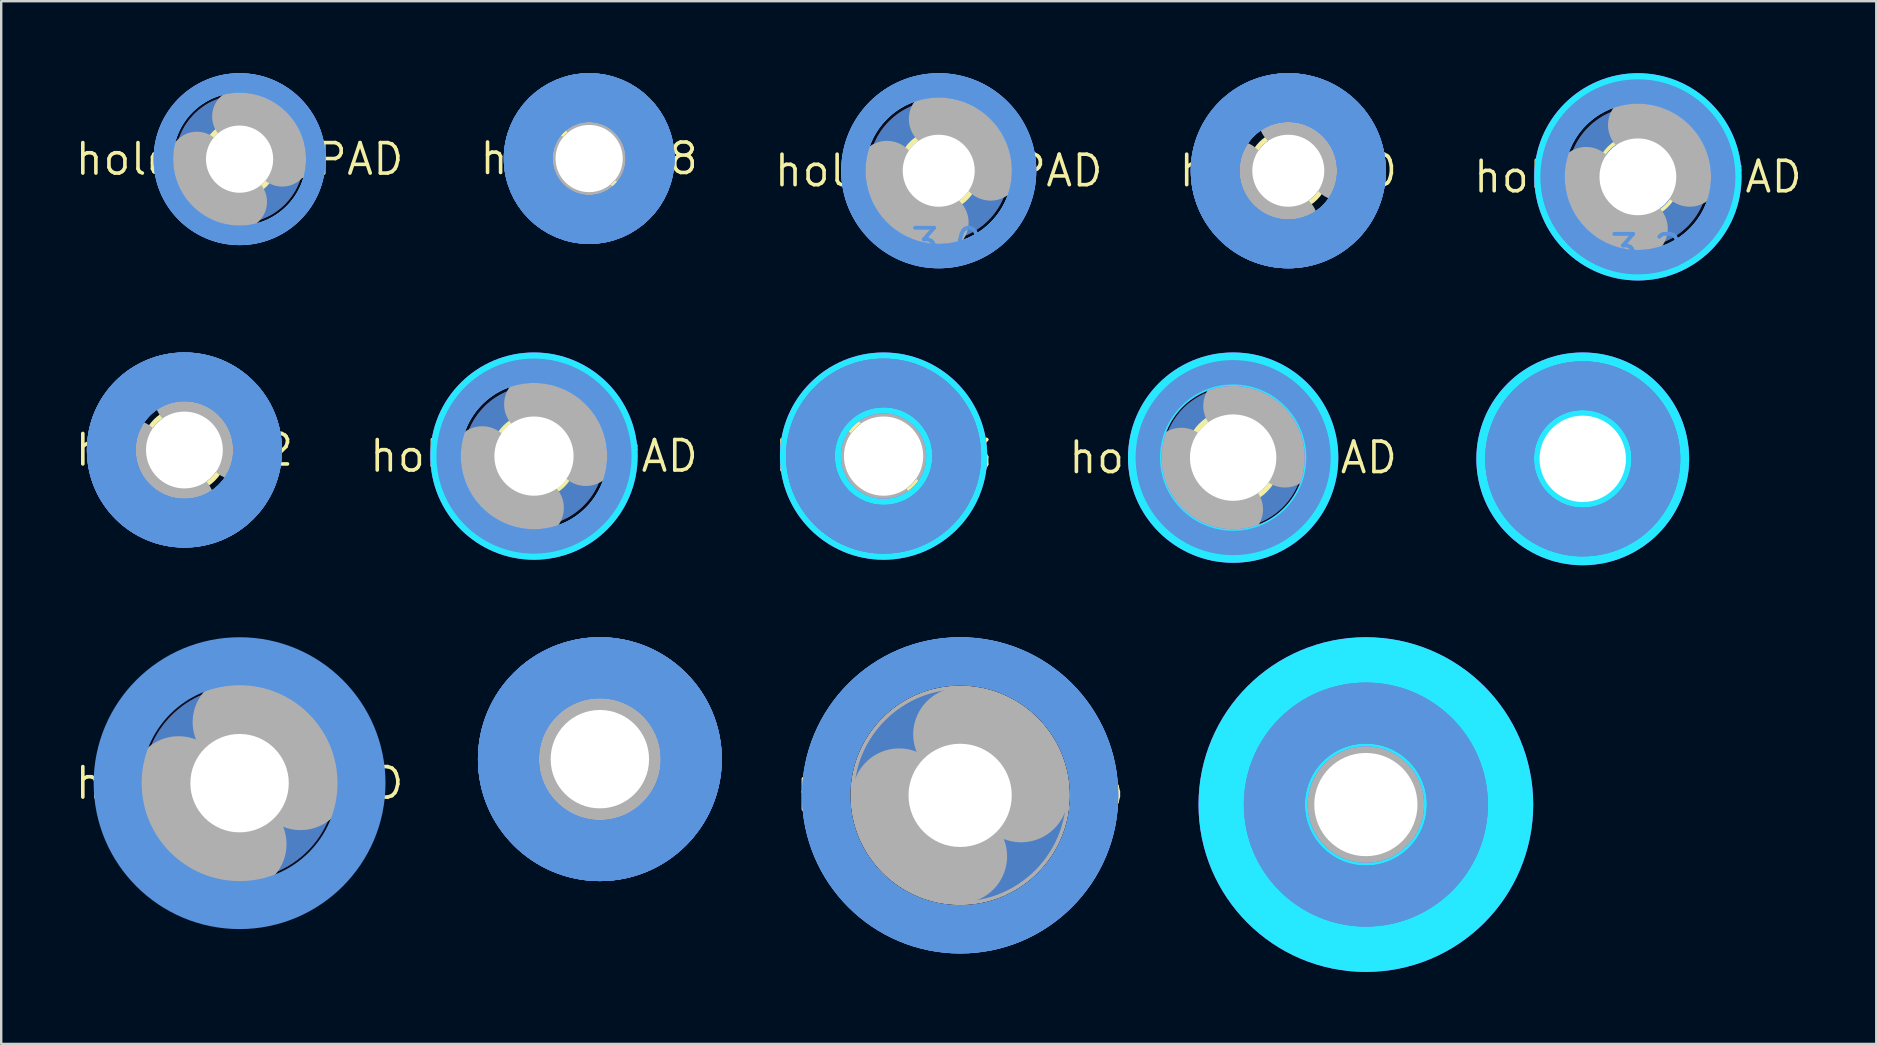
<source format=kicad_pcb>
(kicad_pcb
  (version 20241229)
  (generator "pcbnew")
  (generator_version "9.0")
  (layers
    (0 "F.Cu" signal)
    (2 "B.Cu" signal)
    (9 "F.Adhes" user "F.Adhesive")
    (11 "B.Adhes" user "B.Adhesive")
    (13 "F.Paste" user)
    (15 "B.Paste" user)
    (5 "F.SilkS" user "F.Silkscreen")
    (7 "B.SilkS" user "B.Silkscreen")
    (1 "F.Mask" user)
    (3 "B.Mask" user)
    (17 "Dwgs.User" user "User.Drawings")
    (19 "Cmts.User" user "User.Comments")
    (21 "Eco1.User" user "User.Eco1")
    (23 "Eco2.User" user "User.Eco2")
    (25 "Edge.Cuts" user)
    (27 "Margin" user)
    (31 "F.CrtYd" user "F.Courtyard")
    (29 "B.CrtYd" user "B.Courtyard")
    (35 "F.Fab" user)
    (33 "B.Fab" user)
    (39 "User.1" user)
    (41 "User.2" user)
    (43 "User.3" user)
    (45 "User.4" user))
  (footprint "holes.3_2"
    (layer "F.Cu")
    (at 4.634 15.7)
    (property "Reference" "holes.3_2" (at 0 0 0) (layer "F.SilkS") (effects (font (size 1.27 1.27) (thickness 0.15))))
    (fp_circle (center 0 0) (end 1.7 0) (stroke (width 0.203) (type default)) (fill no) (layer "F.SilkS"))
    (fp_circle (center 0 0) (end 3.429 0) (stroke (width 0.152) (type default)) (fill no) (layer "F.SilkS"))
    (fp_circle (center 0 0) (end 3.048 0) (stroke (width 2.032) (type default)) (fill no) (layer "Cmts.User"))
    (fp_circle (center 0 0) (end 3.048 0) (stroke (width 2.032) (type default)) (fill no) (layer "Cmts.User"))
    (fp_circle (center 0 0) (end 3.048 0) (stroke (width 2.032) (type default)) (fill no) (layer "Cmts.User"))
    (fp_circle (center 0 0) (end 3.048 0) (stroke (width 2.032) (type default)) (fill no) (layer "B.CrtYd"))
    (fp_circle (center 0 0) (end 3.048 0) (stroke (width 2.032) (type default)) (fill no) (layer "F.CrtYd"))
    (fp_arc (start 0 -2.159) (mid 1.526644 -1.526644) (end 2.159 0) (stroke (width 2.4892) (type default)) (layer "F.Fab"))
    (fp_arc (start 0 2.159) (mid -1.526644 1.526644) (end -2.159 0) (stroke (width 2.4892) (type default)) (layer "F.Fab"))
    (fp_circle (center 0 0) (end 0.762 0) (stroke (width 0.457) (type default)) (fill no) (layer "F.Fab"))
    (pad "" np_thru_hole circle (at 0 0) (size 3.2 3.2) (drill 3.2) (layers "*.Cu" "*.Mask")))
  (footprint "holes.3_0"
    (layer "F.Cu")
    (at 50.628 4.064)
    (property "Reference" "holes.3_0" (at 0 0 0) (layer "F.SilkS") (effects (font (size 1.27 1.27) (thickness 0.15))))
    (fp_circle (center 0 0) (end 1.6 0) (stroke (width 0.203) (type default)) (fill no) (layer "F.SilkS"))
    (fp_circle (center 0 0) (end 3.429 0) (stroke (width 0.152) (type default)) (fill no) (layer "F.SilkS"))
    (fp_circle (center 0 0) (end 3.048 0) (stroke (width 2.032) (type default)) (fill no) (layer "Cmts.User"))
    (fp_circle (center 0 0) (end 3.048 0) (stroke (width 2.032) (type default)) (fill no) (layer "Cmts.User"))
    (fp_circle (center 0 0) (end 3.048 0) (stroke (width 2.032) (type default)) (fill no) (layer "Cmts.User"))
    (fp_circle (center 0 0) (end 3.048 0) (stroke (width 2.032) (type default)) (fill no) (layer "B.CrtYd"))
    (fp_circle (center 0 0) (end 3.048 0) (stroke (width 2.032) (type default)) (fill no) (layer "F.CrtYd"))
    (fp_arc (start 0 -2.159) (mid 1.526644 -1.526644) (end 2.159 0) (stroke (width 2.4892) (type default)) (layer "F.Fab"))
    (fp_arc (start 0 2.159) (mid -1.526644 1.526644) (end -2.159 0) (stroke (width 2.4892) (type default)) (layer "F.Fab"))
    (fp_circle (center 0 0) (end 0.762 0) (stroke (width 0.457) (type default)) (fill no) (layer "F.Fab"))
    (fp_text user "3,0" (at -1.27 3.81 0) (layer "Cmts.User") (effects (font (size 1.27 1.27) (thickness 0.16)) (justify left bottom)))
    (pad "" np_thru_hole circle (at 0 0) (size 3 3) (drill 3) (layers "*.Cu" "*.Mask")))
  (footprint "holes.3_3"
    (layer "F.Cu")
    (at 33.765 15.954)
    (property "Reference" "holes.3_3" (at 0 0 0) (layer "F.SilkS") (effects (font (size 1.27 1.27) (thickness 0.15))))
    (fp_circle (center 0 0) (end 1.75 0) (stroke (width 0.203) (type default)) (fill no) (layer "F.SilkS"))
    (fp_circle (center 0 0) (end 3.429 0) (stroke (width 0.152) (type default)) (fill no) (layer "F.SilkS"))
    (fp_circle (center 0 0) (end 3.048 0) (stroke (width 2.032) (type default)) (fill no) (layer "Cmts.User"))
    (fp_circle (center 0 0) (end 3.048 0) (stroke (width 2.032) (type default)) (fill no) (layer "Cmts.User"))
    (fp_circle (center 0 0) (end 3.048 0) (stroke (width 2.032) (type default)) (fill no) (layer "Cmts.User"))
    (fp_circle (center 0 0) (end 3.048 0) (stroke (width 2.54) (type default)) (fill no) (layer "B.CrtYd"))
    (fp_circle (center 0 0) (end 3.048 0) (stroke (width 2.54) (type default)) (fill no) (layer "F.CrtYd"))
    (fp_arc (start 0 -2.159) (mid 1.526644 -1.526644) (end 2.159 0) (stroke (width 2.4892) (type default)) (layer "F.Fab"))
    (fp_arc (start 0 2.159) (mid -1.526644 1.526644) (end -2.159 0) (stroke (width 2.4892) (type default)) (layer "F.Fab"))
    (fp_circle (center 0 0) (end 0.762 0) (stroke (width 0.457) (type default)) (fill no) (layer "F.Fab"))
    (pad "" np_thru_hole circle (at 0 0) (size 3.3 3.3) (drill 3.3) (layers "*.Cu" "*.Mask")))
  (footprint "holes.3_3_PAD"
    (layer "F.Cu")
    (at 19.199 15.954)
    (property "Reference" "holes.3_3_PAD" (at 0 0 0) (layer "F.SilkS") (effects (font (size 1.27 1.27) (thickness 0.15))))
    (attr through_hole)
    (fp_circle (center 0 0) (end 1.7 0) (stroke (width 0.203) (type default)) (fill no) (layer "F.SilkS"))
    (fp_circle (center 0 0) (end 3.429 0) (stroke (width 0.152) (type default)) (fill no) (layer "F.SilkS"))
    (fp_circle (center 0 0) (end 3.556 0) (stroke (width 1.016) (type default)) (fill no) (layer "Cmts.User"))
    (fp_circle (center 0 0) (end 3.683 0) (stroke (width 1.27) (type default)) (fill no) (layer "B.CrtYd"))
    (fp_circle (center 0 0) (end 3.683 0) (stroke (width 1.27) (type default)) (fill no) (layer "F.CrtYd"))
    (fp_arc (start 0 -2.159) (mid 1.526644 -1.526644) (end 2.159 0) (stroke (width 2.4892) (type default)) (layer "F.Fab"))
    (fp_arc (start 0 2.159) (mid -1.526644 1.526644) (end -2.159 0) (stroke (width 2.4892) (type default)) (layer "F.Fab"))
    (fp_circle (center 0 0) (end 0.762 0) (stroke (width 0.457) (type default)) (fill no) (layer "F.Fab"))
    (pad "B3,3" thru_hole circle (at 0 0) (size 5.842 5.842) (drill 3.3) (layers "*.Cu" "*.Mask")))
  (footprint "holes.3_2_PAD"
    (layer "F.Cu")
    (at 65.194 4.318)
    (property "Reference" "holes.3_2_PAD" (at 0 0 0) (layer "F.SilkS") (effects (font (size 1.27 1.27) (thickness 0.15))))
    (attr through_hole)
    (fp_circle (center 0 0) (end 1.7 0) (stroke (width 0.152) (type default)) (fill no) (layer "F.SilkS"))
    (fp_circle (center 0 0) (end 3.429 0) (stroke (width 0.152) (type default)) (fill no) (layer "F.SilkS"))
    (fp_circle (center 0 0) (end 3.556 0) (stroke (width 1.016) (type default)) (fill no) (layer "Cmts.User"))
    (fp_circle (center 0 0) (end 3.683 0) (stroke (width 1.27) (type default)) (fill no) (layer "B.CrtYd"))
    (fp_circle (center 0 0) (end 3.683 0) (stroke (width 1.27) (type default)) (fill no) (layer "F.CrtYd"))
    (fp_arc (start 0 -2.159) (mid 1.526644 -1.526644) (end 2.159 0) (stroke (width 2.4892) (type default)) (layer "F.Fab"))
    (fp_arc (start 0 2.159) (mid -1.526644 1.526644) (end -2.159 0) (stroke (width 2.4892) (type default)) (layer "F.Fab"))
    (fp_circle (center 0 0) (end 0.762 0) (stroke (width 0.457) (type default)) (fill no) (layer "F.Fab"))
    (fp_text user "3,2" (at -1.27 3.81 0) (layer "Cmts.User") (effects (font (size 1.27 1.27) (thickness 0.16)) (justify left bottom)))
    (pad "B3,2" thru_hole circle (at 0 0) (size 5.842 5.842) (drill 3.2) (layers "*.Cu" "*.Mask")))
  (footprint "holes.2_8"
    (layer "F.Cu")
    (at 21.497 3.556)
    (property "Reference" "holes.2_8" (at 0 0 0) (layer "F.SilkS") (effects (font (size 1.27 1.27) (thickness 0.15))))
    (fp_circle (center 0 0) (end 1.5 0) (stroke (width 0.203) (type default)) (fill no) (layer "F.SilkS"))
    (fp_circle (center 0 0) (end 2.921 0) (stroke (width 0.152) (type default)) (fill no) (layer "F.SilkS"))
    (fp_circle (center 0 0) (end 2.54 0) (stroke (width 2.032) (type default)) (fill no) (layer "Cmts.User"))
    (fp_circle (center 0 0) (end 2.54 0) (stroke (width 2.032) (type default)) (fill no) (layer "Cmts.User"))
    (fp_circle (center 0 0) (end 2.54 0) (stroke (width 2.032) (type default)) (fill no) (layer "Cmts.User"))
    (fp_circle (center 0 0) (end 2.54 0) (stroke (width 2.032) (type default)) (fill no) (layer "B.CrtYd"))
    (fp_circle (center 0 0) (end 2.54 0) (stroke (width 2.032) (type default)) (fill no) (layer "F.CrtYd"))
    (fp_arc (start 0 -1.778) (mid 1.257236 -1.257236) (end 1.778 0) (stroke (width 2.286) (type default)) (layer "F.Fab"))
    (fp_arc (start 0 1.778) (mid -1.257236 1.257236) (end -1.778 0) (stroke (width 2.286) (type default)) (layer "F.Fab"))
    (fp_circle (center 0 0) (end 0.635 0) (stroke (width 0.457) (type default)) (fill no) (layer "F.Fab"))
    (pad "" np_thru_hole circle (at 0 0) (size 2.8 2.8) (drill 2.8) (layers "*.Cu" "*.Mask")))
  (footprint "holes.4_3_PAD"
    (layer "F.Cu")
    (at 36.955 30.089)
    (property "Reference" "holes.4_3_PAD" (at 0 0 0) (layer "F.SilkS") (effects (font (size 1.27 1.27) (thickness 0.15))))
    (attr through_hole)
    (fp_circle (center 0 0) (end 2.25 0) (stroke (width 0.152) (type default)) (fill no) (layer "F.SilkS"))
    (fp_circle (center 0 0) (end 5.588 0) (stroke (width 2) (type default)) (fill no) (layer "Cmts.User"))
    (fp_circle (center 0 0) (end 5.588 0) (stroke (width 2) (type default)) (fill no) (layer "B.CrtYd"))
    (fp_circle (center 0 0) (end 5.588 0) (stroke (width 2) (type default)) (fill no) (layer "F.CrtYd"))
    (fp_arc (start 0 -2.54) (mid 1.796051 -1.796051) (end 2.54 0) (stroke (width 3.9116) (type default)) (layer "F.Fab"))
    (fp_arc (start 0 2.54) (mid -1.796051 1.796051) (end -2.54 0) (stroke (width 3.9116) (type default)) (layer "F.Fab"))
    (fp_circle (center 0 0) (end 0.762 0) (stroke (width 0.457) (type default)) (fill no) (layer "F.Fab"))
    (fp_circle (center 0 0) (end 4.496 0) (stroke (width 0.152) (type default)) (fill no) (layer "F.Fab"))
    (pad "B4,3" thru_hole circle (at 0 0) (size 9 9) (drill 4.3) (layers "*.Cu" "*.Mask")))
  (footprint "holes.3_6_PAD"
    (layer "F.Cu")
    (at 48.33 16.017)
    (property "Reference" "holes.3_6_PAD" (at 0 0 0) (layer "F.SilkS") (effects (font (size 1.27 1.27) (thickness 0.15))))
    (attr through_hole)
    (fp_circle (center 0 0) (end 1.9 0) (stroke (width 0.203) (type default)) (fill no) (layer "F.SilkS"))
    (fp_circle (center 0 0) (end 3.429 0) (stroke (width 0.152) (type default)) (fill no) (layer "F.SilkS"))
    (fp_circle (center 0 0) (end 3.556 0) (stroke (width 1.016) (type default)) (fill no) (layer "Cmts.User"))
    (fp_circle (center 0 0) (end 3.683 0) (stroke (width 1.397) (type default)) (fill no) (layer "B.CrtYd"))
    (fp_circle (center 0 0) (end 3.683 0) (stroke (width 1.397) (type default)) (fill no) (layer "F.CrtYd"))
    (fp_arc (start 0 -2.159) (mid 1.526644 -1.526644) (end 2.159 0) (stroke (width 2.4892) (type default)) (layer "F.Fab"))
    (fp_arc (start 0 2.159) (mid -1.526644 1.526644) (end -2.159 0) (stroke (width 2.4892) (type default)) (layer "F.Fab"))
    (fp_circle (center 0 0) (end 0.762 0) (stroke (width 0.457) (type default)) (fill no) (layer "F.Fab"))
    (pad "B3,6" thru_hole circle (at 0 0) (size 5.842 5.842) (drill 3.6) (layers "*.Cu" "*.Mask")))
  (footprint "holes.4_1_PAD"
    (layer "F.Cu")
    (at 6.932 29.581)
    (property "Reference" "holes.4_1_PAD" (at 0 0 0) (layer "F.SilkS") (effects (font (size 1.27 1.27) (thickness 0.15))))
    (attr through_hole)
    (fp_circle (center 0 0) (end 2.15 0) (stroke (width 0.203) (type default)) (fill no) (layer "F.SilkS"))
    (fp_circle (center 0 0) (end 4.572 0) (stroke (width 0.152) (type default)) (fill no) (layer "F.SilkS"))
    (fp_circle (center 0 0) (end 5.08 0) (stroke (width 2) (type default)) (fill no) (layer "Cmts.User"))
    (fp_arc (start 0 -2.54) (mid 1.796051 -1.796051) (end 2.54 0) (stroke (width 3.9116) (type default)) (layer "F.Fab"))
    (fp_arc (start 0 2.54) (mid -1.796051 1.796051) (end -2.54 0) (stroke (width 3.9116) (type default)) (layer "F.Fab"))
    (fp_circle (center 0 0) (end 0.762 0) (stroke (width 0.457) (type default)) (fill no) (layer "F.Fab"))
    (pad "B4,1" thru_hole circle (at 0 0) (size 8 8) (drill 4.1) (layers "*.Cu" "*.Mask")))
  (footprint "holes.3_6"
    (layer "F.Cu")
    (at 62.896 16.068)
    (property "Reference" "holes.3_6" (at 0 0 0) (layer "F.SilkS") (effects (font (size 1.27 1.27) (thickness 0.15))))
    (fp_circle (center 0 0) (end 1.9 0) (stroke (width 0.203) (type default)) (fill no) (layer "F.SilkS"))
    (fp_circle (center 0 0) (end 3.429 0) (stroke (width 0.152) (type default)) (fill no) (layer "F.SilkS"))
    (fp_circle (center 0 0) (end 3.048 0) (stroke (width 2.032) (type default)) (fill no) (layer "Cmts.User"))
    (fp_circle (center 0 0) (end 3.048 0) (stroke (width 2.032) (type default)) (fill no) (layer "Cmts.User"))
    (fp_circle (center 0 0) (end 3.048 0) (stroke (width 2.032) (type default)) (fill no) (layer "Cmts.User"))
    (fp_circle (center 0 0) (end 3.048 0) (stroke (width 2.769) (type default)) (fill no) (layer "B.CrtYd"))
    (fp_circle (center 0 0) (end 3.048 0) (stroke (width 2.769) (type default)) (fill no) (layer "F.CrtYd"))
    (fp_arc (start 0 -2.159) (mid 1.526644 -1.526644) (end 2.159 0) (stroke (width 2.4892) (type default)) (layer "F.Fab"))
    (fp_arc (start 0 2.159) (mid -1.526644 1.526644) (end -2.159 0) (stroke (width 2.4892) (type default)) (layer "F.Fab"))
    (fp_circle (center 0 0) (end 0.762 0) (stroke (width 0.457) (type default)) (fill no) (layer "F.Fab"))
    (pad "" np_thru_hole circle (at 0 0) (size 3.6 3.6) (drill 3.6) (layers "*.Cu" "*.Mask")))
  (footprint "holes.3_0_PAD"
    (layer "F.Cu")
    (at 36.063 4.064)
    (property "Reference" "holes.3_0_PAD" (at 0 0 0) (layer "F.SilkS") (effects (font (size 1.27 1.27) (thickness 0.15))))
    (attr through_hole)
    (fp_circle (center 0 0) (end 1.6 0) (stroke (width 0.203) (type default)) (fill no) (layer "F.SilkS"))
    (fp_circle (center 0 0) (end 3.429 0) (stroke (width 0.152) (type default)) (fill no) (layer "F.SilkS"))
    (fp_circle (center 0 0) (end 3.556 0) (stroke (width 1.016) (type default)) (fill no) (layer "Cmts.User"))
    (fp_circle (center 0 0) (end 3.556 0) (stroke (width 1.016) (type default)) (fill no) (layer "B.CrtYd"))
    (fp_circle (center 0 0) (end 3.556 0) (stroke (width 1.016) (type default)) (fill no) (layer "F.CrtYd"))
    (fp_arc (start 0 -2.159) (mid 1.526644 -1.526644) (end 2.159 0) (stroke (width 2.4892) (type default)) (layer "F.Fab"))
    (fp_arc (start 0 2.159) (mid -1.526644 1.526644) (end -2.159 0) (stroke (width 2.4892) (type default)) (layer "F.Fab"))
    (fp_circle (center 0 0) (end 0.762 0) (stroke (width 0.457) (type default)) (fill no) (layer "F.Fab"))
    (fp_text user "3,0" (at -1.27 3.81 0) (layer "Cmts.User") (effects (font (size 1.27 1.27) (thickness 0.16)) (justify left bottom)))
    (pad "B3,0" thru_hole circle (at 0 0) (size 5.842 5.842) (drill 3) (layers "*.Cu" "*.Mask")))
  (footprint "holes.4_1"
    (layer "F.Cu")
    (at 21.944 28.581)
    (property "Reference" "holes.4_1" (at 0 0 0) (layer "F.SilkS") (effects (font (size 1.27 1.27) (thickness 0.15))))
    (fp_circle (center 0 0) (end 2.15 0) (stroke (width 0.152) (type default)) (fill no) (layer "F.SilkS"))
    (fp_circle (center 0 0) (end 4.496 0) (stroke (width 0.152) (type default)) (fill no) (layer "F.SilkS"))
    (fp_circle (center 0 0) (end 3.81 0) (stroke (width 2.54) (type default)) (fill no) (layer "Cmts.User"))
    (fp_circle (center 0 0) (end 3.81 0) (stroke (width 2.54) (type default)) (fill no) (layer "Cmts.User"))
    (fp_circle (center 0 0) (end 3.81 0) (stroke (width 2.54) (type default)) (fill no) (layer "Cmts.User"))
    (fp_circle (center 0 0) (end 3.81 0) (stroke (width 2.54) (type default)) (fill no) (layer "B.CrtYd"))
    (fp_circle (center 0 0) (end 3.81 0) (stroke (width 2.54) (type default)) (fill no) (layer "F.CrtYd"))
    (fp_arc (start 0 -2.54) (mid 1.796051 -1.796051) (end 2.54 0) (stroke (width 3.9116) (type default)) (layer "F.Fab"))
    (fp_arc (start 0 2.54) (mid -1.796051 1.796051) (end -2.54 0) (stroke (width 3.9116) (type default)) (layer "F.Fab"))
    (fp_circle (center 0 0) (end 0.762 0) (stroke (width 0.457) (type default)) (fill no) (layer "F.Fab"))
    (pad "" np_thru_hole circle (at 0 0) (size 4.1 4.1) (drill 4.1) (layers "*.Cu" "*.Mask")))
  (footprint "holes.4_3"
    (layer "F.Cu")
    (at 53.86 30.473)
    (property "Reference" "holes.4_3" (at 0 0 0) (layer "F.SilkS") (effects (font (size 1.27 1.27) (thickness 0.15))))
    (fp_circle (center 0 0) (end 2.25 0) (stroke (width 0.152) (type default)) (fill no) (layer "F.SilkS"))
    (fp_circle (center 0 0) (end 4.496 0) (stroke (width 0.152) (type default)) (fill no) (layer "F.SilkS"))
    (fp_circle (center 0 0) (end 3.81 0) (stroke (width 2.54) (type default)) (fill no) (layer "Cmts.User"))
    (fp_circle (center 0 0) (end 3.81 0) (stroke (width 2.54) (type default)) (fill no) (layer "Cmts.User"))
    (fp_circle (center 0 0) (end 3.818 0) (stroke (width 2.54) (type default)) (fill no) (layer "Cmts.User"))
    (fp_circle (center 0 0) (end 4.699 0) (stroke (width 4.547) (type default)) (fill no) (layer "B.CrtYd"))
    (fp_circle (center 0 0) (end 4.699 0) (stroke (width 4.547) (type default)) (fill no) (layer "F.CrtYd"))
    (fp_arc (start 0 -2.54) (mid 1.796051 -1.796051) (end 2.54 0) (stroke (width 3.9116) (type default)) (layer "F.Fab"))
    (fp_arc (start 0 2.54) (mid -1.796051 1.796051) (end -2.54 0) (stroke (width 3.9116) (type default)) (layer "F.Fab"))
    (fp_circle (center 0 0) (end 0.762 0) (stroke (width 0.152) (type default)) (fill no) (layer "F.Fab"))
    (pad "" np_thru_hole circle (at 0 0) (size 4.3 4.3) (drill 4.3) (layers "*.Cu" "*.Mask")))
  (footprint "holes.2_8_PAD"
    (layer "F.Cu")
    (at 6.932 3.581)
    (property "Reference" "holes.2_8_PAD" (at 0 0 0) (layer "F.SilkS") (effects (font (size 1.27 1.27) (thickness 0.15))))
    (attr through_hole)
    (fp_line (start 0 -2.921) (end 0 -2.667) (stroke (width 0.051) (type default)) (layer "F.SilkS"))
    (fp_line (start 0 2.667) (end 0 2.921) (stroke (width 0.051) (type default)) (layer "F.SilkS"))
    (fp_circle (center 0 0) (end 1.5 0) (stroke (width 0.203) (type default)) (fill no) (layer "F.SilkS"))
    (fp_circle (center 0 0) (end 2.921 0) (stroke (width 0.152) (type default)) (fill no) (layer "F.SilkS"))
    (fp_circle (center 0 0) (end 3.175 0) (stroke (width 0.813) (type default)) (fill no) (layer "Cmts.User"))
    (fp_circle (center 0 0) (end 3.175 0) (stroke (width 0.813) (type default)) (fill no) (layer "B.CrtYd"))
    (fp_circle (center 0 0) (end 3.175 0) (stroke (width 0.813) (type default)) (fill no) (layer "F.CrtYd"))
    (fp_arc (start 0 -1.778) (mid 1.257236 -1.257236) (end 1.778 0) (stroke (width 2.286) (type default)) (layer "F.Fab"))
    (fp_arc (start 0 1.778) (mid -1.257236 1.257236) (end -1.778 0) (stroke (width 2.286) (type default)) (layer "F.Fab"))
    (fp_circle (center 0 0) (end 0.635 0) (stroke (width 0.457) (type default)) (fill no) (layer "F.Fab"))
    (pad "B2,8" thru_hole circle (at 0 0) (size 5.334 5.334) (drill 2.8) (layers "*.Cu" "*.Mask")))
  (gr_rect
    (start -3 -3)
    (end 75.126 40.445)
    (stroke (width 0.1) (type default))
    (fill no)
    (layer "Edge.Cuts")))
</source>
